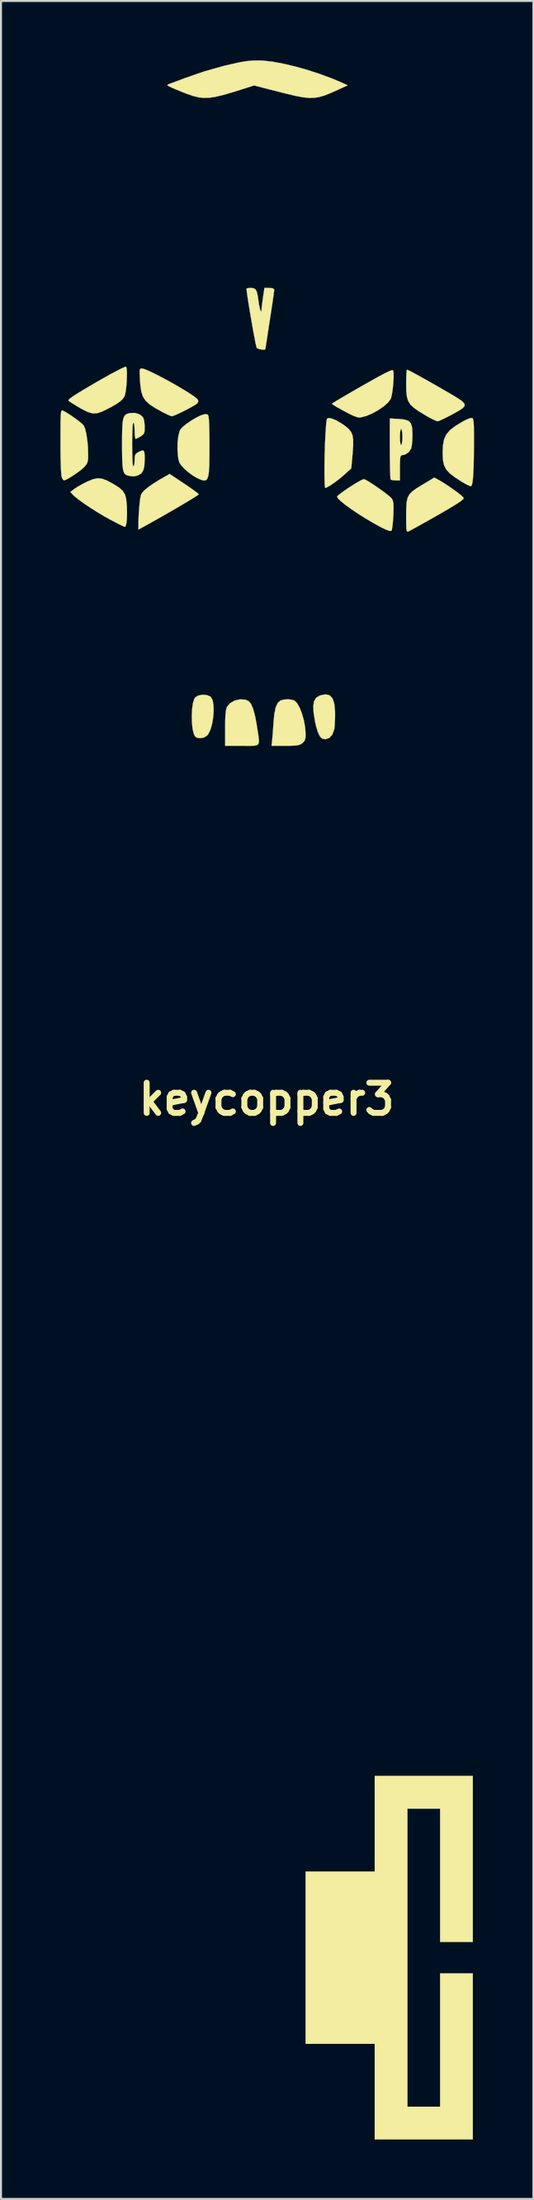
<source format=kicad_pcb>
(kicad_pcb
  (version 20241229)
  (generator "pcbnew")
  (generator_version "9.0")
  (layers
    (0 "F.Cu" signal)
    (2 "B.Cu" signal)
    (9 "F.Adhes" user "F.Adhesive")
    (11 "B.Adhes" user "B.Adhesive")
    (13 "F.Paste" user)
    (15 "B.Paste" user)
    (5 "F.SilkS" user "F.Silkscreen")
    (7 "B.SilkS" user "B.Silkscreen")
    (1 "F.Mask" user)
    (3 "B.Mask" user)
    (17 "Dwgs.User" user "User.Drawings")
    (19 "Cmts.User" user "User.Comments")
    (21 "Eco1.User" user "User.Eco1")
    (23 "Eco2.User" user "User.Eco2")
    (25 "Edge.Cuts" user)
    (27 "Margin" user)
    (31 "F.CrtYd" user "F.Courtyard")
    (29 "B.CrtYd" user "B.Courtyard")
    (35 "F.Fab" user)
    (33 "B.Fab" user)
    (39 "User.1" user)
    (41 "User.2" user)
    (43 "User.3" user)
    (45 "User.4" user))
  (footprint "keycopper3"
    (layer "F.Cu")
    (at 10.419 52.445)
    (property "Reference" "keycopper3" (at 0 0 0) (layer "F.SilkS") (effects (font (size 1.524 1.524) (thickness 0.3))))
    (attr through_hole)
    (fp_poly (pts (xy 10.414 42.545) (xy 8.763 42.545) (xy 8.763 35.814) (xy 7.112 35.814) (xy 7.112 50.864) (xy 8.763 50.864) (xy 8.763 44.133) (xy 10.414 44.133) (xy 10.414 52.514) (xy 5.461 52.514) (xy 5.461 47.688) (xy 1.968 47.688) (xy 1.968 38.989) (xy 5.461 38.989) (xy 5.461 34.163) (xy 10.414 34.163) (xy 10.414 42.545)) (stroke (width 0.01) (type solid)) (fill yes) (layer "F.SilkS"))
    (fp_poly (pts (xy 3.178 -20.394) (xy 3.322 -20.247) (xy 3.413 -19.993) (xy 3.454 -19.627) (xy 3.458 -19.47) (xy 3.454 -19.181) (xy 3.44 -18.913) (xy 3.421 -18.711) (xy 3.412 -18.664) (xy 3.315 -18.404) (xy 3.163 -18.237) (xy 2.972 -18.173) (xy 2.809 -18.204) (xy 2.697 -18.31) (xy 2.59 -18.53) (xy 2.493 -18.85) (xy 2.441 -19.092) (xy 2.373 -19.523) (xy 2.357 -19.852) (xy 2.396 -20.092) (xy 2.493 -20.258) (xy 2.652 -20.365) (xy 2.711 -20.388) (xy 2.976 -20.439) (xy 3.178 -20.394)) (stroke (width 0.01) (type solid)) (fill yes) (layer "F.SilkS"))
    (fp_poly (pts (xy -3.026 -20.405) (xy -2.845 -20.33) (xy -2.814 -20.304) (xy -2.729 -20.143) (xy -2.684 -19.895) (xy -2.676 -19.589) (xy -2.702 -19.258) (xy -2.759 -18.933) (xy -2.843 -18.645) (xy -2.953 -18.425) (xy -2.998 -18.369) (xy -3.159 -18.264) (xy -3.354 -18.225) (xy -3.532 -18.255) (xy -3.616 -18.315) (xy -3.692 -18.479) (xy -3.745 -18.733) (xy -3.774 -19.046) (xy -3.78 -19.383) (xy -3.762 -19.712) (xy -3.721 -20) (xy -3.655 -20.212) (xy -3.617 -20.276) (xy -3.465 -20.376) (xy -3.251 -20.419) (xy -3.026 -20.405)) (stroke (width 0.01) (type solid)) (fill yes) (layer "F.SilkS"))
    (fp_poly (pts (xy -1.08 -20.173) (xy -0.908 -20.098) (xy -0.791 -19.961) (xy -0.685 -19.719) (xy -0.589 -19.367) (xy -0.5 -18.896) (xy -0.478 -18.749) (xy -0.422 -18.392) (xy -0.39 -18.143) (xy -0.397 -17.982) (xy -0.459 -17.891) (xy -0.593 -17.85) (xy -0.815 -17.841) (xy -1.14 -17.843) (xy -1.238 -17.843) (xy -2.095 -17.843) (xy -2.095 -18.736) (xy -2.092 -19.129) (xy -2.079 -19.418) (xy -2.056 -19.622) (xy -2.021 -19.763) (xy -1.996 -19.82) (xy -1.838 -20.002) (xy -1.605 -20.128) (xy -1.338 -20.189) (xy -1.08 -20.173)) (stroke (width 0.01) (type solid)) (fill yes) (layer "F.SilkS"))
    (fp_poly (pts (xy 1.335 -20.154) (xy 1.401 -20.127) (xy 1.536 -19.997) (xy 1.667 -19.768) (xy 1.785 -19.469) (xy 1.88 -19.126) (xy 1.945 -18.769) (xy 1.968 -18.435) (xy 1.958 -18.226) (xy 1.916 -18.095) (xy 1.824 -17.993) (xy 1.801 -17.975) (xy 1.711 -17.916) (xy 1.601 -17.877) (xy 1.445 -17.855) (xy 1.213 -17.845) (xy 0.942 -17.843) (xy 0.25 -17.843) (xy 0.281 -18.145) (xy 0.3 -18.348) (xy 0.322 -18.629) (xy 0.343 -18.936) (xy 0.35 -19.043) (xy 0.393 -19.474) (xy 0.461 -19.791) (xy 0.56 -20.005) (xy 0.689 -20.124) (xy 0.879 -20.179) (xy 1.118 -20.189) (xy 1.335 -20.154)) (stroke (width 0.01) (type solid)) (fill yes) (layer "F.SilkS"))
    (fp_poly (pts (xy -4.165 -31.077) (xy -3.899 -30.897) (xy -3.676 -30.74) (xy -3.514 -30.619) (xy -3.434 -30.549) (xy -3.429 -30.54) (xy -3.482 -30.496) (xy -3.63 -30.399) (xy -3.858 -30.258) (xy -4.15 -30.083) (xy -4.49 -29.882) (xy -4.864 -29.665) (xy -5.256 -29.44) (xy -5.65 -29.217) (xy -6.03 -29.005) (xy -6.048 -28.995) (xy -6.477 -28.759) (xy -6.474 -29.159) (xy -6.465 -29.431) (xy -6.444 -29.758) (xy -6.417 -30.067) (xy -6.387 -30.324) (xy -6.351 -30.493) (xy -6.293 -30.611) (xy -6.198 -30.718) (xy -6.112 -30.797) (xy -5.934 -30.936) (xy -5.69 -31.103) (xy -5.429 -31.266) (xy -5.38 -31.294) (xy -4.901 -31.567) (xy -4.165 -31.077)) (stroke (width 0.01) (type solid)) (fill yes) (layer "F.SilkS"))
    (fp_poly (pts (xy -8.313 -31.327) (xy -8.059 -31.231) (xy -7.759 -31.07) (xy -7.471 -30.89) (xy -7.278 -30.724) (xy -7.159 -30.539) (xy -7.095 -30.301) (xy -7.064 -29.976) (xy -7.06 -29.912) (xy -7.053 -29.563) (xy -7.063 -29.268) (xy -7.089 -29.046) (xy -7.13 -28.918) (xy -7.163 -28.894) (xy -7.233 -28.922) (xy -7.392 -28.999) (xy -7.614 -29.111) (xy -7.846 -29.232) (xy -8.189 -29.421) (xy -8.551 -29.637) (xy -8.909 -29.864) (xy -9.239 -30.086) (xy -9.516 -30.286) (xy -9.716 -30.449) (xy -9.771 -30.503) (xy -9.915 -30.657) (xy -9.703 -30.819) (xy -9.535 -30.929) (xy -9.302 -31.061) (xy -9.059 -31.183) (xy -8.777 -31.299) (xy -8.54 -31.348) (xy -8.313 -31.327)) (stroke (width 0.01) (type solid)) (fill yes) (layer "F.SilkS"))
    (fp_poly (pts (xy 3.308 -34.358) (xy 3.528 -34.264) (xy 3.776 -34.121) (xy 3.969 -33.986) (xy 4.143 -33.84) (xy 4.264 -33.691) (xy 4.338 -33.516) (xy 4.371 -33.29) (xy 4.37 -32.99) (xy 4.341 -32.589) (xy 4.339 -32.563) (xy 4.275 -31.85) (xy 3.905 -31.514) (xy 3.696 -31.336) (xy 3.469 -31.163) (xy 3.253 -31.013) (xy 3.075 -30.906) (xy 2.963 -30.861) (xy 2.957 -30.861) (xy 2.944 -30.921) (xy 2.933 -31.084) (xy 2.925 -31.328) (xy 2.921 -31.629) (xy 2.921 -31.708) (xy 2.924 -32.144) (xy 2.933 -32.59) (xy 2.947 -33.025) (xy 2.965 -33.431) (xy 2.985 -33.787) (xy 3.007 -34.074) (xy 3.03 -34.273) (xy 3.052 -34.36) (xy 3.142 -34.393) (xy 3.308 -34.358)) (stroke (width 0.01) (type solid)) (fill yes) (layer "F.SilkS"))
    (fp_poly (pts (xy 8.664 -31.279) (xy 8.889 -31.148) (xy 9.139 -30.988) (xy 9.391 -30.815) (xy 9.622 -30.647) (xy 9.809 -30.5) (xy 9.927 -30.391) (xy 9.956 -30.348) (xy 9.923 -30.291) (xy 9.806 -30.194) (xy 9.597 -30.054) (xy 9.292 -29.867) (xy 8.883 -29.627) (xy 8.623 -29.478) (xy 8.242 -29.262) (xy 7.894 -29.067) (xy 7.594 -28.9) (xy 7.36 -28.771) (xy 7.208 -28.69) (xy 7.16 -28.667) (xy 7.114 -28.659) (xy 7.083 -28.689) (xy 7.063 -28.776) (xy 7.053 -28.938) (xy 7.049 -29.196) (xy 7.048 -29.432) (xy 7.052 -29.834) (xy 7.072 -30.135) (xy 7.121 -30.361) (xy 7.213 -30.537) (xy 7.36 -30.69) (xy 7.576 -30.844) (xy 7.857 -31.017) (xy 8.47 -31.384) (xy 8.664 -31.279)) (stroke (width 0.01) (type solid)) (fill yes) (layer "F.SilkS"))
    (fp_poly (pts (xy 10.415 -34.365) (xy 10.439 -34.295) (xy 10.455 -34.169) (xy 10.466 -33.972) (xy 10.471 -33.688) (xy 10.472 -33.302) (xy 10.471 -33.006) (xy 10.465 -32.388) (xy 10.453 -31.89) (xy 10.435 -31.505) (xy 10.409 -31.226) (xy 10.377 -31.046) (xy 10.336 -30.958) (xy 10.319 -30.948) (xy 10.237 -30.97) (xy 10.081 -31.045) (xy 9.884 -31.157) (xy 9.871 -31.165) (xy 9.51 -31.397) (xy 9.249 -31.599) (xy 9.072 -31.793) (xy 8.964 -32.004) (xy 8.909 -32.255) (xy 8.892 -32.568) (xy 8.892 -32.639) (xy 8.908 -33.019) (xy 8.966 -33.321) (xy 9.082 -33.568) (xy 9.27 -33.786) (xy 9.547 -33.997) (xy 9.923 -34.224) (xy 10.124 -34.324) (xy 10.291 -34.385) (xy 10.383 -34.394) (xy 10.415 -34.365)) (stroke (width 0.01) (type solid)) (fill yes) (layer "F.SilkS"))
    (fp_poly (pts (xy -7.073 -36.902) (xy -7.059 -36.727) (xy -7.059 -36.489) (xy -7.07 -36.219) (xy -7.092 -35.95) (xy -7.123 -35.713) (xy -7.16 -35.539) (xy -7.181 -35.486) (xy -7.269 -35.355) (xy -7.398 -35.232) (xy -7.59 -35.099) (xy -7.868 -34.939) (xy -8.011 -34.863) (xy -8.323 -34.712) (xy -8.571 -34.632) (xy -8.795 -34.625) (xy -9.031 -34.693) (xy -9.318 -34.836) (xy -9.431 -34.901) (xy -9.664 -35.038) (xy -9.858 -35.159) (xy -9.985 -35.244) (xy -10.012 -35.266) (xy -10.008 -35.305) (xy -9.937 -35.375) (xy -9.791 -35.481) (xy -9.562 -35.629) (xy -9.24 -35.825) (xy -8.819 -36.073) (xy -8.631 -36.183) (xy -8.238 -36.408) (xy -7.88 -36.607) (xy -7.572 -36.771) (xy -7.33 -36.894) (xy -7.169 -36.967) (xy -7.103 -36.983) (xy -7.073 -36.902)) (stroke (width 0.01) (type solid)) (fill yes) (layer "F.SilkS"))
    (fp_poly (pts (xy 7.169 -36.799) (xy 7.337 -36.714) (xy 7.582 -36.581) (xy 7.889 -36.412) (xy 8.242 -36.214) (xy 8.625 -35.996) (xy 9.021 -35.767) (xy 9.291 -35.61) (xy 9.631 -35.406) (xy 9.863 -35.249) (xy 9.986 -35.123) (xy 10.003 -35.011) (xy 9.913 -34.897) (xy 9.719 -34.765) (xy 9.422 -34.599) (xy 9.366 -34.569) (xy 9.104 -34.433) (xy 8.876 -34.322) (xy 8.709 -34.249) (xy 8.635 -34.227) (xy 8.537 -34.258) (xy 8.365 -34.338) (xy 8.15 -34.454) (xy 8.095 -34.485) (xy 7.728 -34.706) (xy 7.458 -34.89) (xy 7.271 -35.063) (xy 7.152 -35.247) (xy 7.085 -35.467) (xy 7.055 -35.745) (xy 7.049 -36.104) (xy 7.048 -36.128) (xy 7.052 -36.41) (xy 7.063 -36.637) (xy 7.078 -36.786) (xy 7.094 -36.83) (xy 7.169 -36.799)) (stroke (width 0.01) (type solid)) (fill yes) (layer "F.SilkS"))
    (fp_poly (pts (xy -6.174 -36.862) (xy -5.96 -36.773) (xy -5.678 -36.64) (xy -5.351 -36.473) (xy -4.997 -36.284) (xy -4.638 -36.083) (xy -4.294 -35.883) (xy -3.985 -35.694) (xy -3.732 -35.529) (xy -3.555 -35.397) (xy -3.491 -35.335) (xy -3.447 -35.236) (xy -3.501 -35.137) (xy -3.59 -35.07) (xy -3.761 -34.967) (xy -3.985 -34.845) (xy -4.229 -34.72) (xy -4.463 -34.607) (xy -4.656 -34.523) (xy -4.776 -34.482) (xy -4.79 -34.481) (xy -4.877 -34.508) (xy -5.04 -34.581) (xy -5.239 -34.68) (xy -5.627 -34.893) (xy -5.914 -35.081) (xy -6.116 -35.268) (xy -6.25 -35.476) (xy -6.332 -35.729) (xy -6.378 -36.049) (xy -6.397 -36.302) (xy -6.412 -36.578) (xy -6.414 -36.752) (xy -6.4 -36.846) (xy -6.365 -36.885) (xy -6.306 -36.893) (xy -6.302 -36.894) (xy -6.174 -36.862)) (stroke (width 0.01) (type solid)) (fill yes) (layer "F.SilkS"))
    (fp_poly (pts (xy -2.986 -34.567) (xy -2.963 -34.548) (xy -2.937 -34.472) (xy -2.916 -34.298) (xy -2.902 -34.019) (xy -2.893 -33.629) (xy -2.889 -33.12) (xy -2.889 -32.963) (xy -2.891 -32.423) (xy -2.898 -31.999) (xy -2.917 -31.68) (xy -2.95 -31.455) (xy -3.004 -31.314) (xy -3.082 -31.245) (xy -3.189 -31.236) (xy -3.33 -31.279) (xy -3.509 -31.36) (xy -3.555 -31.383) (xy -3.76 -31.508) (xy -3.99 -31.682) (xy -4.136 -31.811) (xy -4.304 -31.986) (xy -4.401 -32.13) (xy -4.453 -32.297) (xy -4.479 -32.471) (xy -4.503 -32.815) (xy -4.496 -33.161) (xy -4.46 -33.474) (xy -4.4 -33.718) (xy -4.353 -33.818) (xy -4.229 -33.951) (xy -4.026 -34.113) (xy -3.779 -34.28) (xy -3.526 -34.428) (xy -3.301 -34.533) (xy -3.26 -34.547) (xy -3.088 -34.589) (xy -2.986 -34.567)) (stroke (width 0.01) (type solid)) (fill yes) (layer "F.SilkS"))
    (fp_poly (pts (xy 6.393 -36.791) (xy 6.413 -36.656) (xy 6.414 -36.433) (xy 6.398 -36.161) (xy 6.371 -35.876) (xy 6.333 -35.616) (xy 6.29 -35.419) (xy 6.272 -35.367) (xy 6.145 -35.186) (xy 5.928 -34.99) (xy 5.65 -34.798) (xy 5.343 -34.627) (xy 5.038 -34.497) (xy 4.767 -34.425) (xy 4.665 -34.417) (xy 4.537 -34.446) (xy 4.342 -34.523) (xy 4.12 -34.63) (xy 4.117 -34.632) (xy 3.77 -34.819) (xy 3.526 -34.956) (xy 3.376 -35.049) (xy 3.309 -35.103) (xy 3.303 -35.115) (xy 3.356 -35.154) (xy 3.506 -35.247) (xy 3.737 -35.385) (xy 4.038 -35.561) (xy 4.392 -35.767) (xy 4.786 -35.993) (xy 4.83 -36.018) (xy 5.298 -36.283) (xy 5.668 -36.489) (xy 5.949 -36.639) (xy 6.153 -36.738) (xy 6.288 -36.793) (xy 6.365 -36.808) (xy 6.393 -36.791)) (stroke (width 0.01) (type solid)) (fill yes) (layer "F.SilkS"))
    (fp_poly (pts (xy 5.004 -31.27) (xy 5.17 -31.173) (xy 5.386 -31.035) (xy 5.626 -30.871) (xy 5.865 -30.701) (xy 6.078 -30.541) (xy 6.239 -30.409) (xy 6.323 -30.323) (xy 6.371 -30.229) (xy 6.4 -30.109) (xy 6.411 -29.935) (xy 6.407 -29.68) (xy 6.398 -29.456) (xy 6.379 -29.167) (xy 6.354 -28.924) (xy 6.326 -28.756) (xy 6.303 -28.693) (xy 6.212 -28.689) (xy 6.026 -28.756) (xy 5.766 -28.882) (xy 5.387 -29.091) (xy 5.005 -29.317) (xy 4.636 -29.549) (xy 4.297 -29.776) (xy 4.003 -29.988) (xy 3.771 -30.171) (xy 3.617 -30.317) (xy 3.556 -30.413) (xy 3.556 -30.417) (xy 3.607 -30.48) (xy 3.742 -30.59) (xy 3.936 -30.73) (xy 4.164 -30.884) (xy 4.401 -31.035) (xy 4.62 -31.167) (xy 4.796 -31.262) (xy 4.905 -31.305) (xy 4.913 -31.305) (xy 5.004 -31.27)) (stroke (width 0.01) (type solid)) (fill yes) (layer "F.SilkS"))
    (fp_poly (pts (xy -10.308 -34.771) (xy -10.164 -34.698) (xy -9.964 -34.573) (xy -9.74 -34.421) (xy -9.525 -34.263) (xy -9.349 -34.123) (xy -9.246 -34.022) (xy -9.24 -34.013) (xy -9.169 -33.843) (xy -9.107 -33.577) (xy -9.057 -33.248) (xy -9.026 -32.886) (xy -9.017 -32.59) (xy -9.021 -32.345) (xy -9.042 -32.184) (xy -9.092 -32.067) (xy -9.185 -31.951) (xy -9.223 -31.909) (xy -9.359 -31.787) (xy -9.55 -31.642) (xy -9.765 -31.494) (xy -9.973 -31.364) (xy -10.142 -31.273) (xy -10.237 -31.242) (xy -10.296 -31.294) (xy -10.352 -31.405) (xy -10.369 -31.512) (xy -10.385 -31.728) (xy -10.397 -32.033) (xy -10.407 -32.409) (xy -10.413 -32.838) (xy -10.414 -33.19) (xy -10.413 -33.686) (xy -10.411 -34.069) (xy -10.406 -34.353) (xy -10.397 -34.552) (xy -10.384 -34.679) (xy -10.366 -34.749) (xy -10.341 -34.775) (xy -10.308 -34.771)) (stroke (width 0.01) (type solid)) (fill yes) (layer "F.SilkS"))
    (fp_poly (pts (xy 6.675 -34.342) (xy 6.967 -34.312) (xy 7.165 -34.247) (xy 7.284 -34.126) (xy 7.345 -33.927) (xy 7.365 -33.63) (xy 7.366 -33.53) (xy 7.357 -33.265) (xy 7.335 -33.024) (xy 7.303 -32.857) (xy 7.299 -32.848) (xy 7.175 -32.664) (xy 6.979 -32.541) (xy 6.823 -32.512) (xy 6.78 -32.489) (xy 6.752 -32.406) (xy 6.737 -32.242) (xy 6.731 -31.979) (xy 6.731 -31.877) (xy 6.731 -31.242) (xy 6.519 -31.242) (xy 6.362 -31.254) (xy 6.268 -31.282) (xy 6.265 -31.284) (xy 6.253 -31.357) (xy 6.243 -31.539) (xy 6.234 -31.812) (xy 6.228 -32.157) (xy 6.224 -32.558) (xy 6.223 -32.847) (xy 6.223 -33.433) (xy 6.731 -33.433) (xy 6.74 -33.217) (xy 6.764 -33.069) (xy 6.795 -33.02) (xy 6.828 -33.078) (xy 6.85 -33.233) (xy 6.858 -33.433) (xy 6.849 -33.648) (xy 6.825 -33.796) (xy 6.795 -33.846) (xy 6.761 -33.787) (xy 6.739 -33.633) (xy 6.731 -33.433) (xy 6.223 -33.433) (xy 6.223 -34.368) (xy 6.675 -34.342)) (stroke (width 0.01) (type solid)) (fill yes) (layer "F.SilkS"))
    (fp_poly (pts (xy -0.191 -52.434) (xy 0.285 -52.383) (xy 0.844 -52.28) (xy 1.459 -52.134) (xy 2.103 -51.951) (xy 2.747 -51.74) (xy 3.363 -51.509) (xy 3.809 -51.318) (xy 4.095 -51.188) (xy 3.587 -50.955) (xy 3.23 -50.796) (xy 2.929 -50.676) (xy 2.659 -50.597) (xy 2.399 -50.556) (xy 2.125 -50.553) (xy 1.814 -50.587) (xy 1.443 -50.658) (xy 0.99 -50.766) (xy 0.603 -50.863) (xy -0.634 -51.181) (xy -1.222 -50.994) (xy -1.767 -50.824) (xy -2.213 -50.696) (xy -2.583 -50.608) (xy -2.896 -50.561) (xy -3.174 -50.553) (xy -3.439 -50.582) (xy -3.711 -50.648) (xy -4.012 -50.751) (xy -4.27 -50.851) (xy -4.552 -50.967) (xy -4.785 -51.068) (xy -4.947 -51.145) (xy -5.015 -51.187) (xy -5.016 -51.189) (xy -4.965 -51.239) (xy -4.905 -51.263) (xy -4.803 -51.298) (xy -4.612 -51.369) (xy -4.36 -51.463) (xy -4.125 -51.553) (xy -3.16 -51.887) (xy -2.151 -52.172) (xy -1.453 -52.332) (xy -1.041 -52.405) (xy -0.683 -52.439) (xy -0.313 -52.44) (xy -0.191 -52.434)) (stroke (width 0.01) (type solid)) (fill yes) (layer "F.SilkS"))
    (fp_poly (pts (xy 0.305 -40.942) (xy 0.376 -40.89) (xy 0.381 -40.857) (xy 0.372 -40.768) (xy 0.345 -40.572) (xy 0.305 -40.289) (xy 0.253 -39.939) (xy 0.192 -39.54) (xy 0.159 -39.325) (xy 0.095 -38.914) (xy 0.039 -38.548) (xy -0.008 -38.243) (xy -0.042 -38.018) (xy -0.061 -37.891) (xy -0.064 -37.869) (xy -0.115 -37.842) (xy -0.237 -37.846) (xy -0.376 -37.873) (xy -0.482 -37.916) (xy -0.5 -37.932) (xy -0.523 -38.008) (xy -0.563 -38.188) (xy -0.614 -38.45) (xy -0.674 -38.772) (xy -0.738 -39.134) (xy -0.804 -39.512) (xy -0.867 -39.887) (xy -0.923 -40.235) (xy -0.969 -40.535) (xy -1.001 -40.766) (xy -1.016 -40.906) (xy -1.016 -40.921) (xy -0.96 -40.945) (xy -0.822 -40.957) (xy -0.792 -40.958) (xy -0.656 -40.943) (xy -0.561 -40.885) (xy -0.496 -40.762) (xy -0.448 -40.552) (xy -0.411 -40.287) (xy -0.377 -40.067) (xy -0.338 -39.894) (xy -0.3 -39.787) (xy -0.271 -39.764) (xy -0.256 -39.845) (xy -0.256 -39.86) (xy -0.246 -39.99) (xy -0.221 -40.202) (xy -0.187 -40.452) (xy -0.183 -40.479) (xy -0.112 -40.958) (xy 0.135 -40.958) (xy 0.305 -40.942)) (stroke (width 0.01) (type solid)) (fill yes) (layer "F.SilkS"))
    (fp_poly (pts (xy -6.413 -34.573) (xy -6.254 -34.439) (xy -6.218 -34.371) (xy -6.183 -34.216) (xy -6.162 -34.001) (xy -6.16 -33.904) (xy -6.168 -33.708) (xy -6.208 -33.591) (xy -6.304 -33.504) (xy -6.366 -33.464) (xy -6.511 -33.382) (xy -6.609 -33.339) (xy -6.62 -33.338) (xy -6.644 -33.396) (xy -6.661 -33.547) (xy -6.668 -33.75) (xy -6.676 -33.966) (xy -6.7 -34.114) (xy -6.731 -34.163) (xy -6.756 -34.101) (xy -6.774 -33.921) (xy -6.787 -33.632) (xy -6.794 -33.242) (xy -6.795 -33.052) (xy -6.791 -32.623) (xy -6.781 -32.291) (xy -6.764 -32.064) (xy -6.742 -31.951) (xy -6.731 -31.941) (xy -6.695 -31.998) (xy -6.672 -32.144) (xy -6.668 -32.256) (xy -6.66 -32.451) (xy -6.622 -32.564) (xy -6.535 -32.639) (xy -6.48 -32.669) (xy -6.323 -32.742) (xy -6.227 -32.747) (xy -6.179 -32.67) (xy -6.161 -32.493) (xy -6.16 -32.324) (xy -6.176 -31.984) (xy -6.232 -31.746) (xy -6.335 -31.591) (xy -6.493 -31.5) (xy -6.495 -31.499) (xy -6.64 -31.455) (xy -6.759 -31.445) (xy -6.917 -31.468) (xy -6.969 -31.477) (xy -7.075 -31.507) (xy -7.156 -31.562) (xy -7.215 -31.657) (xy -7.256 -31.808) (xy -7.282 -32.03) (xy -7.296 -32.339) (xy -7.302 -32.749) (xy -7.303 -33.052) (xy -7.301 -33.53) (xy -7.292 -33.897) (xy -7.274 -34.168) (xy -7.24 -34.36) (xy -7.188 -34.488) (xy -7.113 -34.568) (xy -7.011 -34.615) (xy -6.887 -34.644) (xy -6.637 -34.647) (xy -6.413 -34.573)) (stroke (width 0.01) (type solid)) (fill yes) (layer "F.SilkS")))
  (gr_rect
    (start -3 -3)
    (end 23.896 107.964)
    (stroke (width 0.1) (type default))
    (fill no)
    (layer "Edge.Cuts")))
</source>
